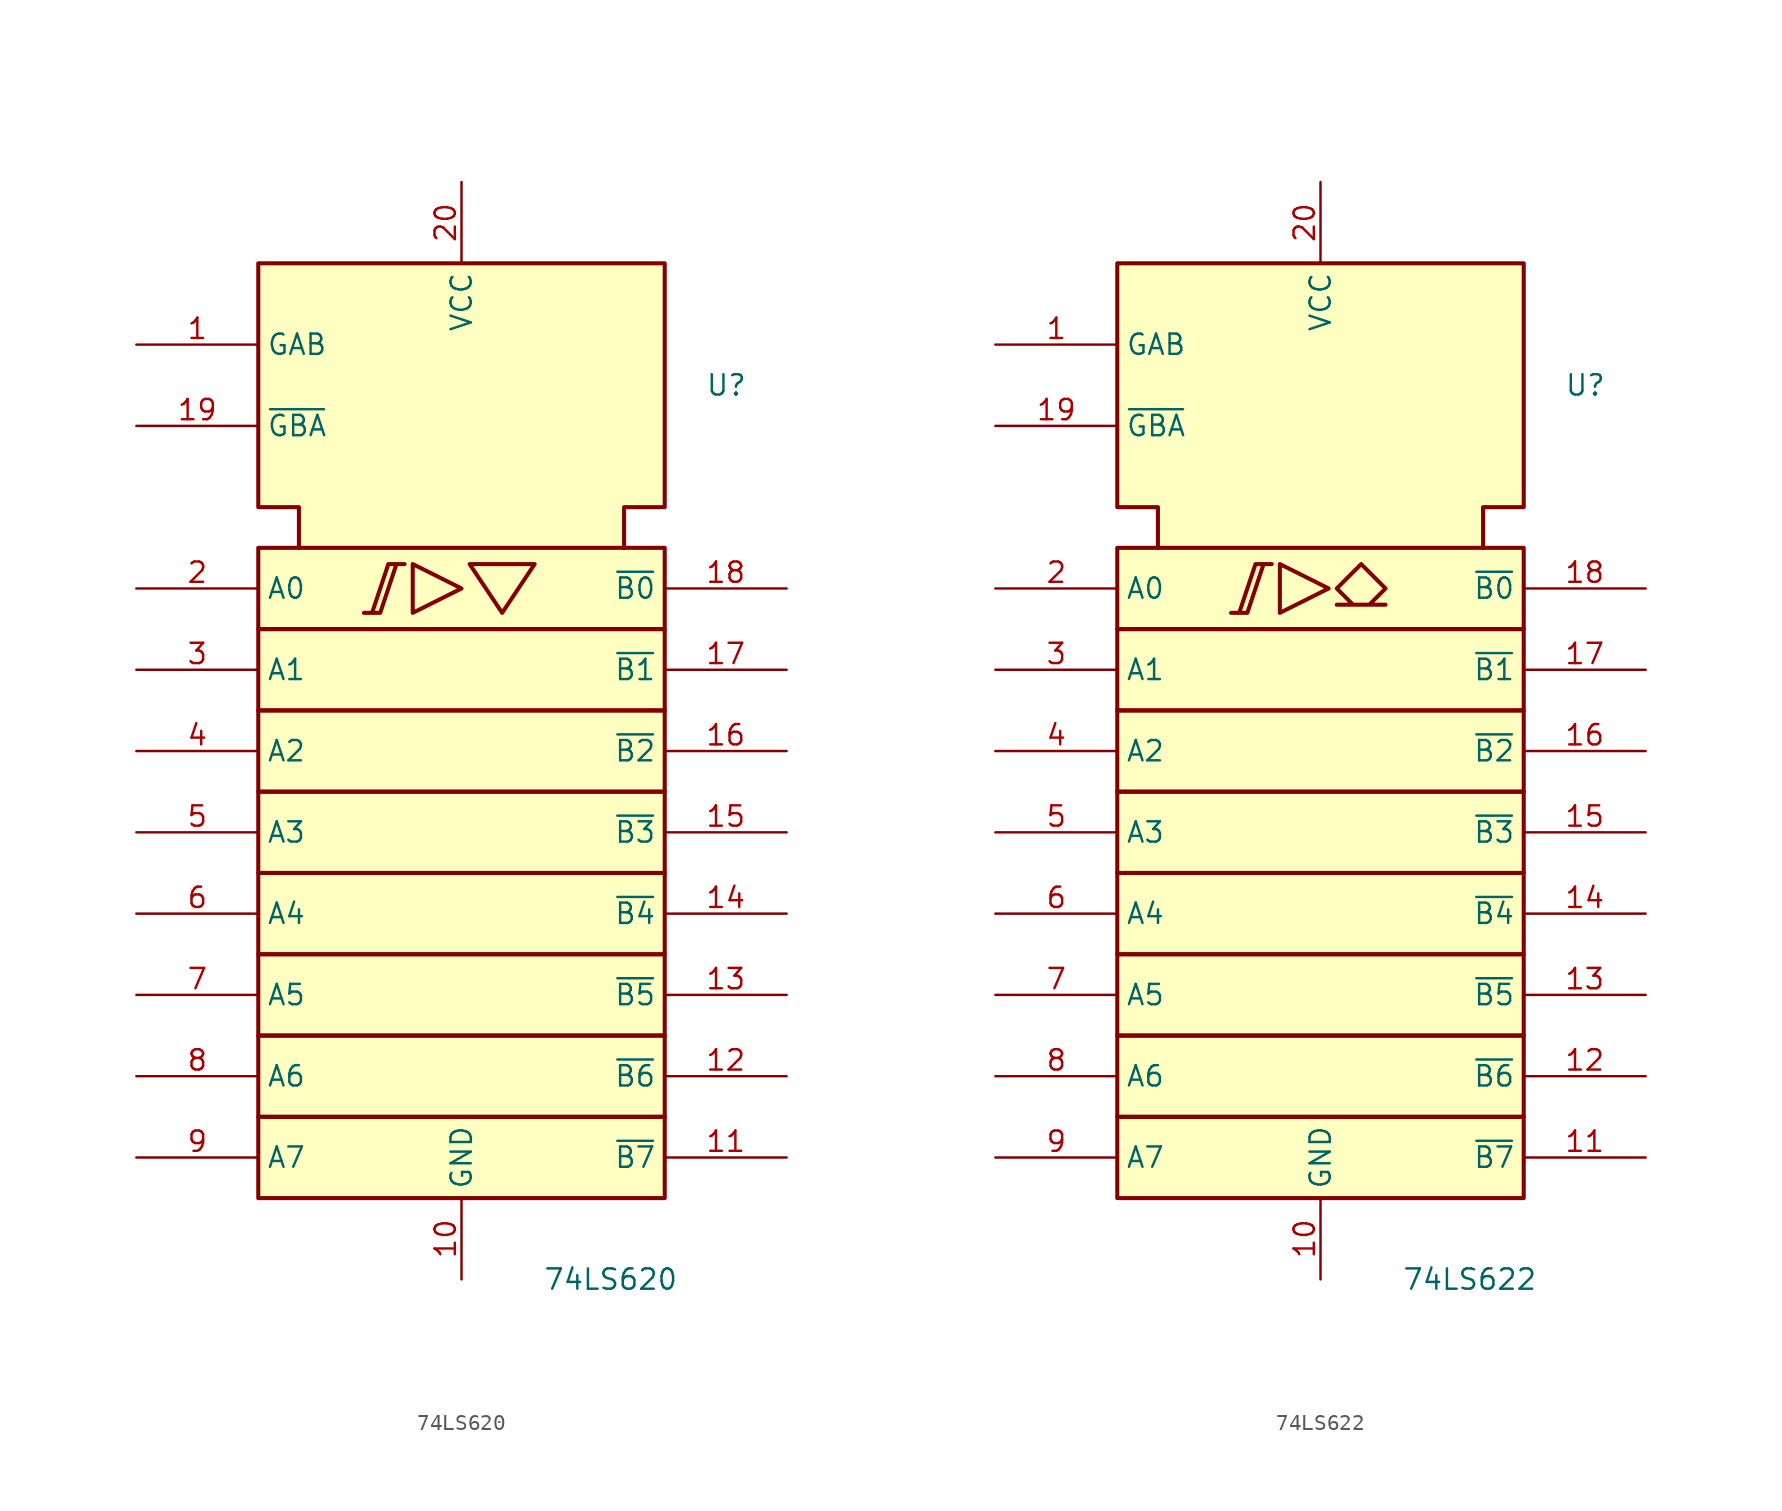
<source format=kicad_sym>
(kicad_symbol_lib
  (version 20241209)
  (generator "kicad_symbol_editor")
  (generator_version "9.0")
  (symbol "74LS620"
    (property "Reference" "U"
      (at 15.24 25.4 0)
      (effects (font (size 1.27 1.27)) (justify left)))
    (property "Value" "74LS620"
      (at 5.08 -30.48 0)
      (effects (font (size 1.27 1.27)) (justify left)))
    (symbol "74LS620_0_0"
      (polyline (pts (xy -5.08 11.176) (xy -6.096 11.176) (xy -5.08 11.176) (xy -4.064 14.224) (xy -3.556 14.224) (xy -4.572 14.224) (xy -5.588 11.176) (xy -5.588 11.176)) (stroke (width 0.254) (type default)) (fill (type background)))
      (polyline (pts (xy -3.048 14.224) (xy -3.048 11.176) (xy 0 12.7) (xy -3.048 14.224) (xy -3.048 14.224)) (stroke (width 0.254) (type default)) (fill (type background)))
      (polyline (pts (xy 0.508 14.224) (xy 4.572 14.224) (xy 2.54 11.176) (xy 0.508 14.224) (xy 0.508 14.224)) (stroke (width 0.254) (type default)) (fill (type background)))
      (pin power_in line (at 0 38.1 270) (length 5.08) (name "VCC" (effects (font (size 1.27 1.27)))) (number "20" (effects (font (size 1.27 1.27)))))
      (pin power_in line (at 0 -30.48 90) (length 5.08) (name "GND" (effects (font (size 1.27 1.27)))) (number "10" (effects (font (size 1.27 1.27))))))
    (symbol "74LS620_0_1"
      (rectangle (start -12.7 15.24) (end 12.7 10.16) (stroke (width 0.254) (type default)) (fill (type background)))
      (rectangle (start -12.7 10.16) (end 12.7 5.08) (stroke (width 0.254) (type default)) (fill (type background)))
      (rectangle (start -12.7 5.08) (end 12.7 0) (stroke (width 0.254) (type default)) (fill (type background)))
      (rectangle (start -12.7 0) (end 12.7 -5.08) (stroke (width 0.254) (type default)) (fill (type background)))
      (rectangle (start -12.7 -5.08) (end 12.7 -10.16) (stroke (width 0.254) (type default)) (fill (type background)))
      (rectangle (start -12.7 -10.16) (end 12.7 -15.24) (stroke (width 0.254) (type default)) (fill (type background)))
      (rectangle (start -12.7 -15.24) (end 12.7 -20.32) (stroke (width 0.254) (type default)) (fill (type background)))
      (rectangle (start -12.7 -20.32) (end 12.7 -25.4) (stroke (width 0.254) (type default)) (fill (type background)))
      (polyline (pts (xy -10.16 15.24) (xy -10.16 17.78) (xy -12.7 17.78) (xy -12.7 33.02) (xy 12.7 33.02) (xy 12.7 17.78) (xy 10.16 17.78) (xy 10.16 15.24) (xy 10.16 15.24)) (stroke (width 0.254) (type default)) (fill (type background))))
    (symbol "74LS620_1_1"
      (pin input line (at -20.32 27.94 0) (length 7.62) (name "GAB" (effects (font (size 1.27 1.27)))) (number "1" (effects (font (size 1.27 1.27)))))
      (pin input line (at -20.32 22.86 0) (length 7.62) (name "~{GBA}" (effects (font (size 1.27 1.27)))) (number "19" (effects (font (size 1.27 1.27)))))
      (pin tri_state line (at -20.32 12.7 0) (length 7.62) (name "A0" (effects (font (size 1.27 1.27)))) (number "2" (effects (font (size 1.27 1.27)))))
      (pin tri_state line (at -20.32 7.62 0) (length 7.62) (name "A1" (effects (font (size 1.27 1.27)))) (number "3" (effects (font (size 1.27 1.27)))))
      (pin tri_state line (at -20.32 2.54 0) (length 7.62) (name "A2" (effects (font (size 1.27 1.27)))) (number "4" (effects (font (size 1.27 1.27)))))
      (pin tri_state line (at -20.32 -2.54 0) (length 7.62) (name "A3" (effects (font (size 1.27 1.27)))) (number "5" (effects (font (size 1.27 1.27)))))
      (pin tri_state line (at -20.32 -7.62 0) (length 7.62) (name "A4" (effects (font (size 1.27 1.27)))) (number "6" (effects (font (size 1.27 1.27)))))
      (pin tri_state line (at -20.32 -12.7 0) (length 7.62) (name "A5" (effects (font (size 1.27 1.27)))) (number "7" (effects (font (size 1.27 1.27)))))
      (pin tri_state line (at -20.32 -17.78 0) (length 7.62) (name "A6" (effects (font (size 1.27 1.27)))) (number "8" (effects (font (size 1.27 1.27)))))
      (pin tri_state line (at -20.32 -22.86 0) (length 7.62) (name "A7" (effects (font (size 1.27 1.27)))) (number "9" (effects (font (size 1.27 1.27)))))
      (pin tri_state line (at 20.32 12.7 180) (length 7.62) (name "~{B0}" (effects (font (size 1.27 1.27)))) (number "18" (effects (font (size 1.27 1.27)))))
      (pin tri_state line (at 20.32 7.62 180) (length 7.62) (name "~{B1}" (effects (font (size 1.27 1.27)))) (number "17" (effects (font (size 1.27 1.27)))))
      (pin tri_state line (at 20.32 2.54 180) (length 7.62) (name "~{B2}" (effects (font (size 1.27 1.27)))) (number "16" (effects (font (size 1.27 1.27)))))
      (pin tri_state line (at 20.32 -2.54 180) (length 7.62) (name "~{B3}" (effects (font (size 1.27 1.27)))) (number "15" (effects (font (size 1.27 1.27)))))
      (pin tri_state line (at 20.32 -7.62 180) (length 7.62) (name "~{B4}" (effects (font (size 1.27 1.27)))) (number "14" (effects (font (size 1.27 1.27)))))
      (pin tri_state line (at 20.32 -12.7 180) (length 7.62) (name "~{B5}" (effects (font (size 1.27 1.27)))) (number "13" (effects (font (size 1.27 1.27)))))
      (pin tri_state line (at 20.32 -17.78 180) (length 7.62) (name "~{B6}" (effects (font (size 1.27 1.27)))) (number "12" (effects (font (size 1.27 1.27)))))
      (pin tri_state line (at 20.32 -22.86 180) (length 7.62) (name "~{B7}" (effects (font (size 1.27 1.27)))) (number "11" (effects (font (size 1.27 1.27)))))))
  (symbol "74LS622"
    (property "Reference" "U"
      (at 15.24 25.4 0)
      (effects (font (size 1.27 1.27)) (justify left)))
    (property "Value" "74LS622"
      (at 5.08 -30.48 0)
      (effects (font (size 1.27 1.27)) (justify left)))
    (symbol "74LS622_0_0"
      (polyline (pts (xy -4.572 11.176) (xy -5.588 11.176) (xy -4.572 11.176) (xy -3.556 14.224) (xy -3.048 14.224) (xy -4.064 14.224) (xy -5.08 11.176) (xy -5.08 11.176)) (stroke (width 0.254) (type default)) (fill (type background)))
      (polyline (pts (xy -2.54 14.224) (xy -2.54 11.176) (xy 0.508 12.7) (xy -2.54 14.224) (xy -2.54 14.224)) (stroke (width 0.254) (type default)) (fill (type background)))
      (polyline (pts (xy 2.54 14.224) (xy 4.064 12.7) (xy 3.048 11.684) (xy 4.064 11.684) (xy 1.016 11.684) (xy 2.032 11.684) (xy 1.016 12.7) (xy 2.54 14.224) (xy 2.54 14.224)) (stroke (width 0.254) (type default)) (fill (type background)))
      (pin power_in line (at 0 38.1 270) (length 5.08) (name "VCC" (effects (font (size 1.27 1.27)))) (number "20" (effects (font (size 1.27 1.27)))))
      (pin power_in line (at 0 -30.48 90) (length 5.08) (name "GND" (effects (font (size 1.27 1.27)))) (number "10" (effects (font (size 1.27 1.27))))))
    (symbol "74LS622_0_1"
      (rectangle (start -12.7 15.24) (end 12.7 10.16) (stroke (width 0.254) (type default)) (fill (type background)))
      (rectangle (start -12.7 10.16) (end 12.7 5.08) (stroke (width 0.254) (type default)) (fill (type background)))
      (rectangle (start -12.7 5.08) (end 12.7 0) (stroke (width 0.254) (type default)) (fill (type background)))
      (rectangle (start -12.7 0) (end 12.7 -5.08) (stroke (width 0.254) (type default)) (fill (type background)))
      (rectangle (start -12.7 -5.08) (end 12.7 -10.16) (stroke (width 0.254) (type default)) (fill (type background)))
      (rectangle (start -12.7 -10.16) (end 12.7 -15.24) (stroke (width 0.254) (type default)) (fill (type background)))
      (rectangle (start -12.7 -15.24) (end 12.7 -20.32) (stroke (width 0.254) (type default)) (fill (type background)))
      (rectangle (start -12.7 -20.32) (end 12.7 -25.4) (stroke (width 0.254) (type default)) (fill (type background)))
      (polyline (pts (xy -10.16 15.24) (xy -10.16 17.78) (xy -12.7 17.78) (xy -12.7 33.02) (xy 12.7 33.02) (xy 12.7 17.78) (xy 10.16 17.78) (xy 10.16 15.24) (xy 10.16 15.24)) (stroke (width 0.254) (type default)) (fill (type background))))
    (symbol "74LS622_1_1"
      (pin input line (at -20.32 27.94 0) (length 7.62) (name "GAB" (effects (font (size 1.27 1.27)))) (number "1" (effects (font (size 1.27 1.27)))))
      (pin input line (at -20.32 22.86 0) (length 7.62) (name "~{GBA}" (effects (font (size 1.27 1.27)))) (number "19" (effects (font (size 1.27 1.27)))))
      (pin tri_state line (at -20.32 12.7 0) (length 7.62) (name "A0" (effects (font (size 1.27 1.27)))) (number "2" (effects (font (size 1.27 1.27)))))
      (pin tri_state line (at -20.32 7.62 0) (length 7.62) (name "A1" (effects (font (size 1.27 1.27)))) (number "3" (effects (font (size 1.27 1.27)))))
      (pin tri_state line (at -20.32 2.54 0) (length 7.62) (name "A2" (effects (font (size 1.27 1.27)))) (number "4" (effects (font (size 1.27 1.27)))))
      (pin tri_state line (at -20.32 -2.54 0) (length 7.62) (name "A3" (effects (font (size 1.27 1.27)))) (number "5" (effects (font (size 1.27 1.27)))))
      (pin tri_state line (at -20.32 -7.62 0) (length 7.62) (name "A4" (effects (font (size 1.27 1.27)))) (number "6" (effects (font (size 1.27 1.27)))))
      (pin tri_state line (at -20.32 -12.7 0) (length 7.62) (name "A5" (effects (font (size 1.27 1.27)))) (number "7" (effects (font (size 1.27 1.27)))))
      (pin tri_state line (at -20.32 -17.78 0) (length 7.62) (name "A6" (effects (font (size 1.27 1.27)))) (number "8" (effects (font (size 1.27 1.27)))))
      (pin tri_state line (at -20.32 -22.86 0) (length 7.62) (name "A7" (effects (font (size 1.27 1.27)))) (number "9" (effects (font (size 1.27 1.27)))))
      (pin tri_state line (at 20.32 12.7 180) (length 7.62) (name "~{B0}" (effects (font (size 1.27 1.27)))) (number "18" (effects (font (size 1.27 1.27)))))
      (pin tri_state line (at 20.32 7.62 180) (length 7.62) (name "~{B1}" (effects (font (size 1.27 1.27)))) (number "17" (effects (font (size 1.27 1.27)))))
      (pin tri_state line (at 20.32 2.54 180) (length 7.62) (name "~{B2}" (effects (font (size 1.27 1.27)))) (number "16" (effects (font (size 1.27 1.27)))))
      (pin tri_state line (at 20.32 -2.54 180) (length 7.62) (name "~{B3}" (effects (font (size 1.27 1.27)))) (number "15" (effects (font (size 1.27 1.27)))))
      (pin tri_state line (at 20.32 -7.62 180) (length 7.62) (name "~{B4}" (effects (font (size 1.27 1.27)))) (number "14" (effects (font (size 1.27 1.27)))))
      (pin tri_state line (at 20.32 -12.7 180) (length 7.62) (name "~{B5}" (effects (font (size 1.27 1.27)))) (number "13" (effects (font (size 1.27 1.27)))))
      (pin tri_state line (at 20.32 -17.78 180) (length 7.62) (name "~{B6}" (effects (font (size 1.27 1.27)))) (number "12" (effects (font (size 1.27 1.27)))))
      (pin tri_state line (at 20.32 -22.86 180) (length 7.62) (name "~{B7}" (effects (font (size 1.27 1.27)))) (number "11" (effects (font (size 1.27 1.27))))))))
</source>
